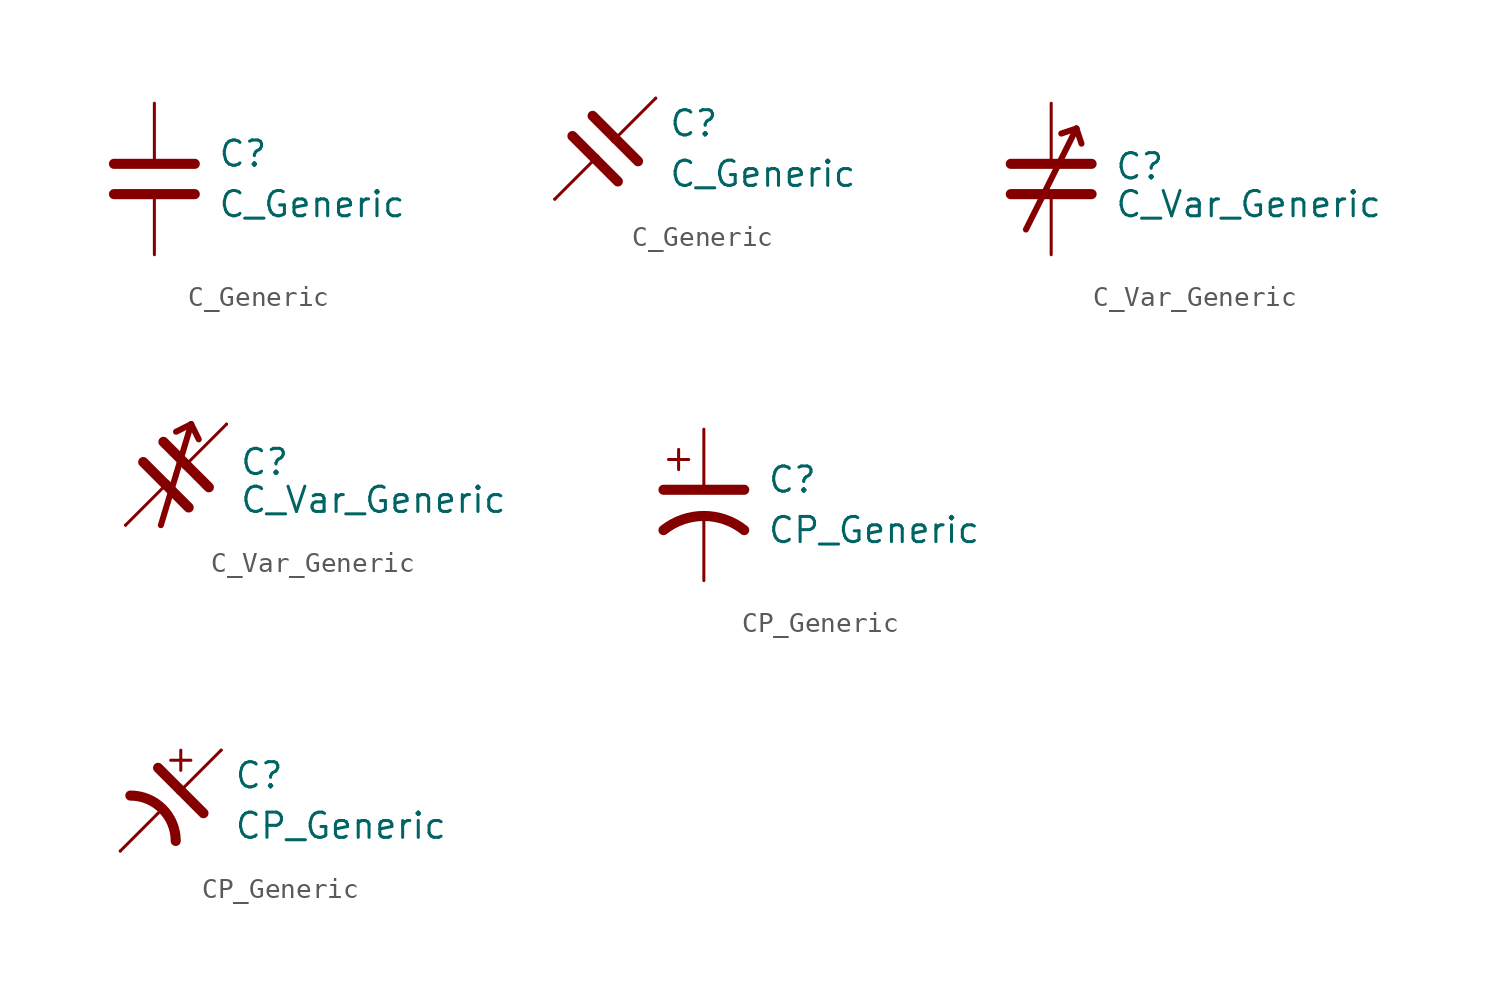
<source format=kicad_sym>
(kicad_symbol_lib
  (version 20220914)
  (generator kicad_symbol_editor)
  (symbol "C_Generic"
    (pin_numbers hide)
    (pin_names
      (offset 0.254))
    (property "Reference" "C"
      (at 3.175 1.27 0)
      (effects (font (size 1.27 1.27)) (justify left)))
    (property "Value" "C_Generic"
      (at 3.175 -1.27 0)
      (effects (font (size 1.27 1.27)) (justify left)))
    (symbol "C_Generic_0_1"
      (polyline (pts (xy -2.032 -0.762) (xy 2.032 -0.762)) (stroke (width 0.508) (type default)) (fill (type none)))
      (polyline (pts (xy -2.032 0.762) (xy 2.032 0.762)) (stroke (width 0.508) (type default)) (fill (type none))))
    (symbol "C_Generic_0_2"
      (polyline (pts (xy -2.54 -2.54) (xy -0.381 -0.381)) (stroke (width 0) (type default)) (fill (type none)))
      (polyline (pts (xy -0.508 -0.508) (xy -1.651 0.635)) (stroke (width 0.508) (type default)) (fill (type none)))
      (polyline (pts (xy -0.508 -0.508) (xy 0.635 -1.651)) (stroke (width 0.508) (type default)) (fill (type none)))
      (polyline (pts (xy 0.381 0.381) (xy 2.54 2.54)) (stroke (width 0) (type default)) (fill (type none)))
      (polyline (pts (xy 0.508 0.508) (xy -0.635 1.651)) (stroke (width 0.508) (type default)) (fill (type none)))
      (polyline (pts (xy 0.508 0.508) (xy 1.651 -0.635)) (stroke (width 0.508) (type default)) (fill (type none))))
    (symbol "C_Generic_1_1"
      (pin passive line (at 0 3.81 270) (length 2.794) (name "~" (effects (font (size 1.27 1.27)))) (number "1" (effects (font (size 1.27 1.27)))))
      (pin passive line (at 0 -3.81 90) (length 2.794) (name "~" (effects (font (size 1.27 1.27)))) (number "2" (effects (font (size 1.27 1.27))))))
    (symbol "C_Generic_1_2"
      (pin passive line (at 2.54 2.54 270) (length 0) (name "~" (effects (font (size 1.27 1.27)))) (number "1" (effects (font (size 1.27 1.27)))))
      (pin passive line (at -2.54 -2.54 90) (length 0) (name "~" (effects (font (size 1.27 1.27)))) (number "2" (effects (font (size 1.27 1.27)))))))
  (symbol "C_Var_Generic"
    (pin_numbers hide)
    (pin_names
      (offset 0.254) hide)
    (property "Reference" "C"
      (at 3.175 0.635 0)
      (effects (font (size 1.27 1.27)) (justify left)))
    (property "Value" "C_Var_Generic"
      (at 3.175 -1.27 0)
      (effects (font (size 1.27 1.27)) (justify left)))
    (symbol "C_Var_Generic_0_1"
      (polyline (pts (xy -2.032 -0.762) (xy 2.032 -0.762)) (stroke (width 0.508) (type default)) (fill (type none)))
      (polyline (pts (xy -2.032 0.762) (xy 2.032 0.762)) (stroke (width 0.508) (type default)) (fill (type none)))
      (polyline (pts (xy 1.27 2.54) (xy -1.27 -2.54)) (stroke (width 0.305) (type default)) (fill (type none)))
      (polyline (pts (xy 1.27 2.54) (xy 0.508 2.286)) (stroke (width 0.305) (type default)) (fill (type none)))
      (polyline (pts (xy 1.27 2.54) (xy 1.524 1.778)) (stroke (width 0.305) (type default)) (fill (type none))))
    (symbol "C_Var_Generic_0_2"
      (polyline (pts (xy -2.54 -2.54) (xy -0.381 -0.381)) (stroke (width 0) (type default)) (fill (type none)))
      (polyline (pts (xy -0.508 -0.508) (xy -1.651 0.635)) (stroke (width 0.508) (type default)) (fill (type none)))
      (polyline (pts (xy -0.508 -0.508) (xy 0.635 -1.651)) (stroke (width 0.508) (type default)) (fill (type none)))
      (polyline (pts (xy 0 0) (xy -0.762 -2.54)) (stroke (width 0.305) (type default)) (fill (type none)))
      (polyline (pts (xy 0.381 0.381) (xy 2.54 2.54)) (stroke (width 0) (type default)) (fill (type none)))
      (polyline (pts (xy 0.508 0.508) (xy -0.635 1.651)) (stroke (width 0.508) (type default)) (fill (type none)))
      (polyline (pts (xy 0.508 0.508) (xy 1.651 -0.635)) (stroke (width 0.508) (type default)) (fill (type none)))
      (polyline (pts (xy 0.762 2.54) (xy 0 0)) (stroke (width 0.305) (type default)) (fill (type none)))
      (polyline (pts (xy 0.762 2.54) (xy 0 2.159)) (stroke (width 0.305) (type default)) (fill (type none)))
      (polyline (pts (xy 0.762 2.54) (xy 1.143 1.778)) (stroke (width 0.305) (type default)) (fill (type none))))
    (symbol "C_Var_Generic_1_1"
      (pin passive line (at 0 3.81 270) (length 3.048) (name "~" (effects (font (size 1.27 1.27)))) (number "1" (effects (font (size 1.27 1.27)))))
      (pin passive line (at 0 -3.81 90) (length 3.048) (name "~" (effects (font (size 1.27 1.27)))) (number "2" (effects (font (size 1.27 1.27))))))
    (symbol "C_Var_Generic_1_2"
      (pin passive line (at 2.54 2.54 270) (length 0) (name "~" (effects (font (size 1.27 1.27)))) (number "1" (effects (font (size 1.27 1.27)))))
      (pin passive line (at -2.54 -2.54 90) (length 0) (name "~" (effects (font (size 1.27 1.27)))) (number "2" (effects (font (size 1.27 1.27)))))))
  (symbol "CP_Generic"
    (pin_numbers hide)
    (pin_names
      (offset 0.254))
    (property "Reference" "C"
      (at 3.175 1.27 0)
      (effects (font (size 1.27 1.27)) (justify left)))
    (property "Value" "CP_Generic"
      (at 3.175 -1.27 0)
      (effects (font (size 1.27 1.27)) (justify left)))
    (symbol "CP_Generic_0_1"
      (polyline (pts (xy -2.032 0.762) (xy 2.032 0.762)) (stroke (width 0.508) (type default)) (fill (type none)))
      (polyline (pts (xy -1.778 2.286) (xy -0.762 2.286)) (stroke (width 0) (type default)) (fill (type none)))
      (polyline (pts (xy -1.27 1.778) (xy -1.27 2.794)) (stroke (width 0) (type default)) (fill (type none)))
      (arc (start 2.032 -1.27) (mid 0 -0.5572) (end -2.032 -1.27) (stroke (width 0.508) (type default)) (fill (type none))))
    (symbol "CP_Generic_0_2"
      (polyline (pts (xy -2.54 -2.54) (xy -0.66 -0.66)) (stroke (width 0) (type default)) (fill (type none)))
      (polyline (pts (xy -0.635 -0.635) (xy -0.508 -0.508)) (stroke (width 0) (type default)) (fill (type none)))
      (polyline (pts (xy 0 2.032) (xy 1.016 2.032)) (stroke (width 0) (type default)) (fill (type none)))
      (polyline (pts (xy 0.508 0.508) (xy -0.635 1.651)) (stroke (width 0.508) (type default)) (fill (type none)))
      (polyline (pts (xy 0.508 0.508) (xy 1.651 -0.635)) (stroke (width 0.508) (type default)) (fill (type none)))
      (polyline (pts (xy 0.508 2.54) (xy 0.508 1.524)) (stroke (width 0) (type default)) (fill (type none)))
      (polyline (pts (xy 0.66 0.66) (xy 2.54 2.54)) (stroke (width 0) (type default)) (fill (type none)))
      (arc (start 0.254 -2.032) (mid -0.4156 -0.4156) (end -2.032 0.254) (stroke (width 0.508) (type default)) (fill (type none))))
    (symbol "CP_Generic_1_1"
      (pin passive line (at 0 3.81 270) (length 2.794) (name "~" (effects (font (size 1.27 1.27)))) (number "1" (effects (font (size 1.27 1.27)))))
      (pin passive line (at 0 -3.81 90) (length 3.302) (name "~" (effects (font (size 1.27 1.27)))) (number "2" (effects (font (size 1.27 1.27))))))
    (symbol "CP_Generic_1_2"
      (pin passive line (at 2.54 2.54 270) (length 0) (name "~" (effects (font (size 1.27 1.27)))) (number "1" (effects (font (size 1.27 1.27)))))
      (pin passive line (at -2.54 -2.54 90) (length 0) (name "~" (effects (font (size 1.27 1.27)))) (number "2" (effects (font (size 1.27 1.27))))))))
</source>
